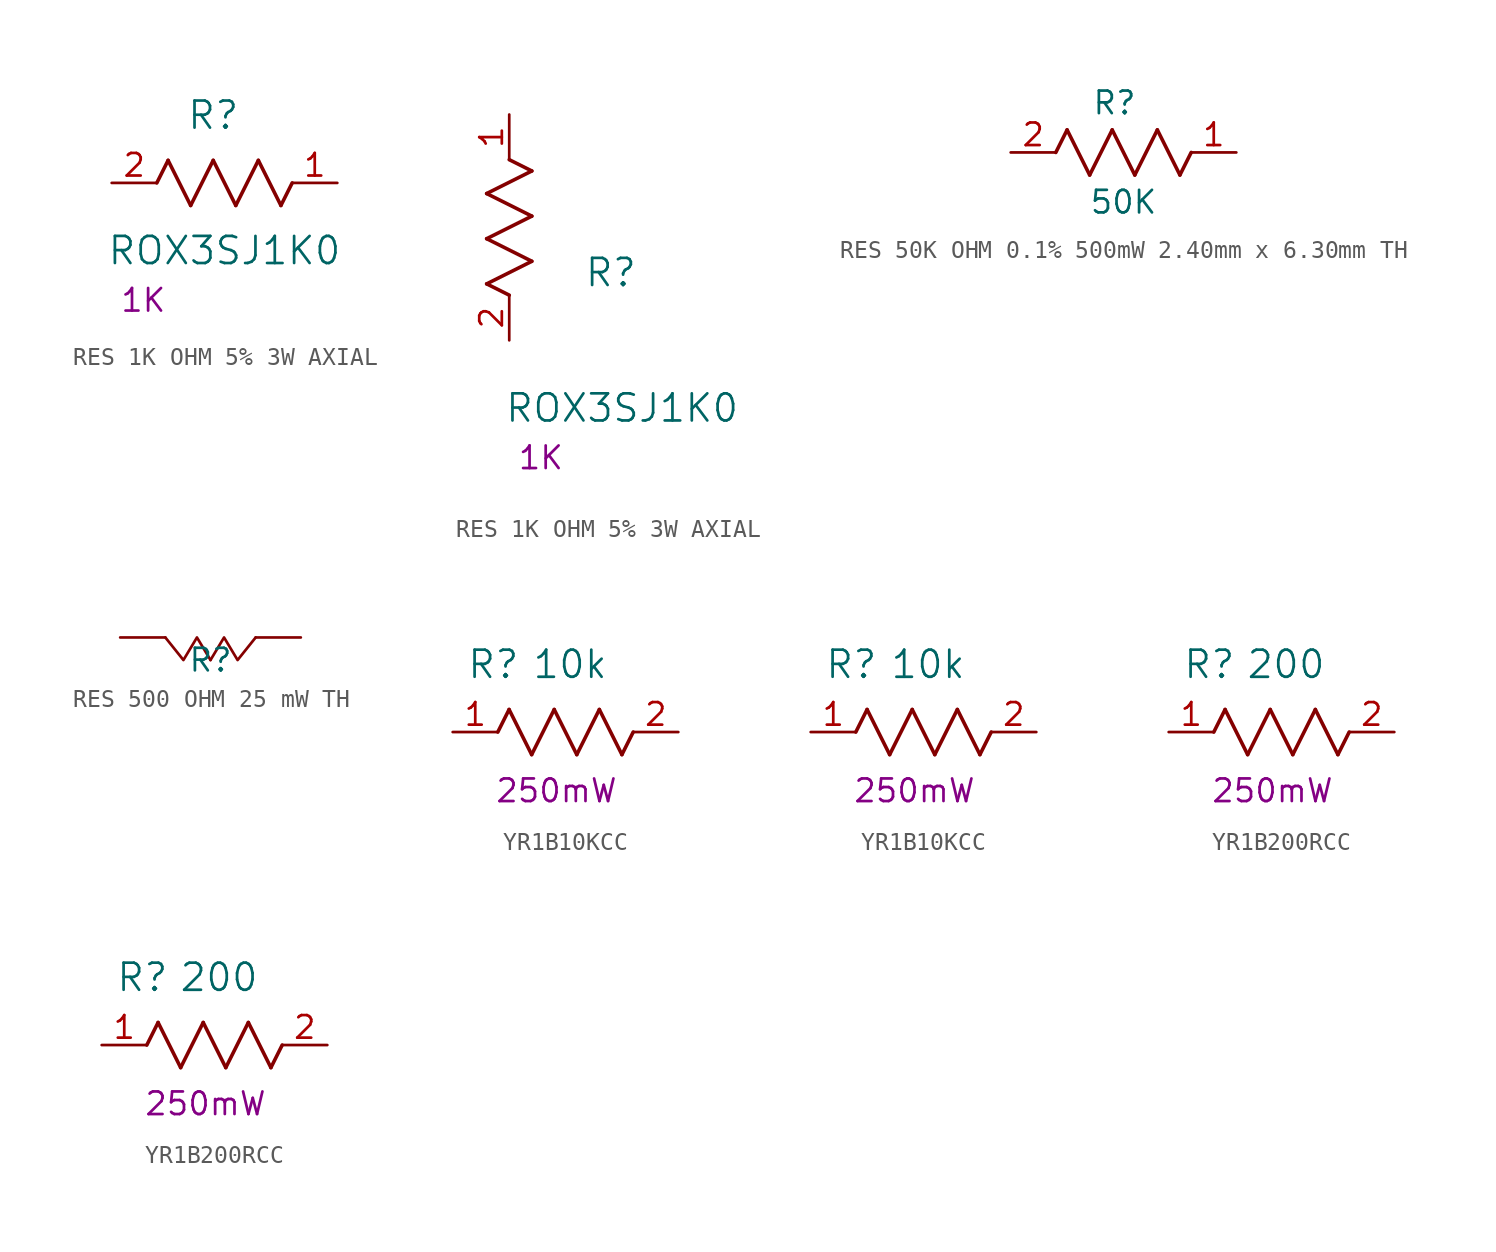
<source format=kicad_sym>
(kicad_symbol_lib
  (version 20241209)
  (generator "kicad_symbol_editor")
  (generator_version "9.0")
  (symbol "RES 1K OHM 5% 3W AXIAL"
    (pin_names
      (offset 0.254))
    (property "Reference" "R"
      (at 5.715 3.81 0)
      (effects (font (size 1.524 1.524))))
    (property "Value" "ROX3SJ1K0"
      (at 6.35 -3.81 0)
      (effects (font (size 1.524 1.524))))
    (property "Res" "1K"
      (at 1.778 -6.604 0)
      (effects (font (size 1.27 1.27))))
    (symbol "RES 1K OHM 5% 3W AXIAL_1_1"
      (polyline (pts (xy 2.54 0) (xy 3.175 1.27)) (stroke (width 0.203) (type default)) (fill (type none)))
      (polyline (pts (xy 3.175 1.27) (xy 4.445 -1.27)) (stroke (width 0.203) (type default)) (fill (type none)))
      (polyline (pts (xy 4.445 -1.27) (xy 5.715 1.27)) (stroke (width 0.203) (type default)) (fill (type none)))
      (polyline (pts (xy 5.715 1.27) (xy 6.985 -1.27)) (stroke (width 0.203) (type default)) (fill (type none)))
      (polyline (pts (xy 6.985 -1.27) (xy 8.255 1.27)) (stroke (width 0.203) (type default)) (fill (type none)))
      (polyline (pts (xy 8.255 1.27) (xy 9.525 -1.27)) (stroke (width 0.203) (type default)) (fill (type none)))
      (polyline (pts (xy 9.525 -1.27) (xy 10.16 0)) (stroke (width 0.203) (type default)) (fill (type none)))
      (pin unspecified line (at 0 0 0) (length 2.54) (name "" (effects (font (size 1.27 1.27)))) (number "2" (effects (font (size 1.27 1.27)))))
      (pin unspecified line (at 12.7 0 180) (length 2.54) (name "" (effects (font (size 1.27 1.27)))) (number "1" (effects (font (size 1.27 1.27))))))
    (symbol "RES 1K OHM 5% 3W AXIAL_1_2"
      (polyline (pts (xy -1.27 8.255) (xy 1.27 9.525)) (stroke (width 0.203) (type default)) (fill (type none)))
      (polyline (pts (xy -1.27 5.715) (xy 1.27 6.985)) (stroke (width 0.203) (type default)) (fill (type none)))
      (polyline (pts (xy -1.27 3.175) (xy 1.27 4.445)) (stroke (width 0.203) (type default)) (fill (type none)))
      (polyline (pts (xy 0 2.54) (xy -1.27 3.175)) (stroke (width 0.203) (type default)) (fill (type none)))
      (polyline (pts (xy 1.27 9.525) (xy 0 10.16)) (stroke (width 0.203) (type default)) (fill (type none)))
      (polyline (pts (xy 1.27 6.985) (xy -1.27 8.255)) (stroke (width 0.203) (type default)) (fill (type none)))
      (polyline (pts (xy 1.27 4.445) (xy -1.27 5.715)) (stroke (width 0.203) (type default)) (fill (type none)))
      (pin unspecified line (at 0 12.7 270) (length 2.54) (name "" (effects (font (size 1.27 1.27)))) (number "1" (effects (font (size 1.27 1.27)))))
      (pin unspecified line (at 0 0 90) (length 2.54) (name "" (effects (font (size 1.27 1.27)))) (number "2" (effects (font (size 1.27 1.27)))))))
  (symbol "RES 50K OHM 0.1% 500mW 2.40mm x 6.30mm TH"
    (property "Reference" "R"
      (at -0.508 2.794 0)
      (effects (font (size 1.27 1.27))))
    (property "Value" "50K"
      (at 0 -2.794 0)
      (effects (font (size 1.27 1.27))))
    (symbol "RES 50K OHM 0.1% 500mW 2.40mm x 6.30mm TH_1_1"
      (polyline (pts (xy -3.81 0) (xy -3.175 1.27)) (stroke (width 0.203) (type default)) (fill (type none)))
      (polyline (pts (xy -3.175 1.27) (xy -1.905 -1.27)) (stroke (width 0.203) (type default)) (fill (type none)))
      (polyline (pts (xy -1.905 -1.27) (xy -0.635 1.27)) (stroke (width 0.203) (type default)) (fill (type none)))
      (polyline (pts (xy -0.635 1.27) (xy 0.635 -1.27)) (stroke (width 0.203) (type default)) (fill (type none)))
      (polyline (pts (xy 0.635 -1.27) (xy 1.905 1.27)) (stroke (width 0.203) (type default)) (fill (type none)))
      (polyline (pts (xy 1.905 1.27) (xy 3.175 -1.27)) (stroke (width 0.203) (type default)) (fill (type none)))
      (polyline (pts (xy 3.175 -1.27) (xy 3.81 0)) (stroke (width 0.203) (type default)) (fill (type none)))
      (pin passive line (at -6.35 0 0) (length 2.54) (name "" (effects (font (size 1.27 1.27)))) (number "2" (effects (font (size 1.27 1.27)))))
      (pin passive line (at 6.35 0 180) (length 2.54) (name "" (effects (font (size 1.27 1.27)))) (number "1" (effects (font (size 1.27 1.27)))))))
  (symbol "RES 500 OHM 25 mW TH"
    (property "Reference" "R"
      (at 0 0 0)
      (effects (font (size 1.27 1.27))))
    (property "Value" ""
      (at 0 0 0)
      (effects (font (size 1.27 1.27))))
    (symbol "RES 500 OHM 25 mW TH_0_1"
      (polyline (pts (xy 0 0) (xy -0.762 1.27) (xy -1.524 0) (xy -2.54 1.27)) (stroke (width 0) (type default)) (fill (type none)))
      (polyline (pts (xy 0 0) (xy 0.762 1.27) (xy 1.524 0) (xy 2.54 1.27)) (stroke (width 0) (type default)) (fill (type none))))
    (symbol "RES 500 OHM 25 mW TH_1_1"
      (pin passive line (at -5.08 1.27 0) (length 2.54) (name "" (effects (font (size 1.27 1.27)))) (number "" (effects (font (size 1.27 1.27)))))
      (pin passive line (at 5.08 1.27 180) (length 2.54) (name "" (effects (font (size 1.27 1.27)))) (number "" (effects (font (size 1.27 1.27)))))))
  (symbol "YR1B10KCC"
    (pin_names
      (offset 0.254))
    (property "Reference" "R"
      (at 2.286 3.81 0)
      (effects (font (size 1.524 1.524))))
    (property "Value" "10k"
      (at 6.604 3.81 0)
      (effects (font (size 1.524 1.524))))
    (property "Power Diss" "250mW"
      (at 5.842 -3.302 0)
      (effects (font (size 1.27 1.27))))
    (symbol "YR1B10KCC_1_1"
      (polyline (pts (xy 2.54 0) (xy 3.175 1.27)) (stroke (width 0.203) (type default)) (fill (type none)))
      (polyline (pts (xy 3.175 1.27) (xy 4.445 -1.27)) (stroke (width 0.203) (type default)) (fill (type none)))
      (polyline (pts (xy 4.445 -1.27) (xy 5.715 1.27)) (stroke (width 0.203) (type default)) (fill (type none)))
      (polyline (pts (xy 5.715 1.27) (xy 6.985 -1.27)) (stroke (width 0.203) (type default)) (fill (type none)))
      (polyline (pts (xy 6.985 -1.27) (xy 8.255 1.27)) (stroke (width 0.203) (type default)) (fill (type none)))
      (polyline (pts (xy 8.255 1.27) (xy 9.525 -1.27)) (stroke (width 0.203) (type default)) (fill (type none)))
      (polyline (pts (xy 9.525 -1.27) (xy 10.16 0)) (stroke (width 0.203) (type default)) (fill (type none)))
      (pin unspecified line (at 0 0 0) (length 2.54) (name "" (effects (font (size 1.27 1.27)))) (number "1" (effects (font (size 1.27 1.27)))))
      (pin unspecified line (at 12.7 0 180) (length 2.54) (name "" (effects (font (size 1.27 1.27)))) (number "2" (effects (font (size 1.27 1.27))))))
    (symbol "YR1B10KCC_1_2"
      (polyline (pts (xy 2.54 0) (xy 3.175 1.27)) (stroke (width 0.203) (type default)) (fill (type none)))
      (polyline (pts (xy 3.175 1.27) (xy 4.445 -1.27)) (stroke (width 0.203) (type default)) (fill (type none)))
      (polyline (pts (xy 4.445 -1.27) (xy 5.715 1.27)) (stroke (width 0.203) (type default)) (fill (type none)))
      (polyline (pts (xy 5.715 1.27) (xy 6.985 -1.27)) (stroke (width 0.203) (type default)) (fill (type none)))
      (polyline (pts (xy 6.985 -1.27) (xy 8.255 1.27)) (stroke (width 0.203) (type default)) (fill (type none)))
      (polyline (pts (xy 8.255 1.27) (xy 9.525 -1.27)) (stroke (width 0.203) (type default)) (fill (type none)))
      (polyline (pts (xy 9.525 -1.27) (xy 10.16 0)) (stroke (width 0.203) (type default)) (fill (type none)))
      (pin unspecified line (at 0 0 0) (length 2.54) (name "" (effects (font (size 1.27 1.27)))) (number "1" (effects (font (size 1.27 1.27)))))
      (pin unspecified line (at 12.7 0 180) (length 2.54) (name "" (effects (font (size 1.27 1.27)))) (number "2" (effects (font (size 1.27 1.27)))))))
  (symbol "YR1B200RCC"
    (pin_names
      (offset 0.254))
    (property "Reference" "R"
      (at 2.286 3.81 0)
      (effects (font (size 1.524 1.524))))
    (property "Value" "200"
      (at 6.604 3.81 0)
      (effects (font (size 1.524 1.524))))
    (property "Power Diss" "250mW"
      (at 5.842 -3.302 0)
      (effects (font (size 1.27 1.27))))
    (symbol "YR1B200RCC_1_1"
      (polyline (pts (xy 2.54 0) (xy 3.175 1.27)) (stroke (width 0.203) (type default)) (fill (type none)))
      (polyline (pts (xy 3.175 1.27) (xy 4.445 -1.27)) (stroke (width 0.203) (type default)) (fill (type none)))
      (polyline (pts (xy 4.445 -1.27) (xy 5.715 1.27)) (stroke (width 0.203) (type default)) (fill (type none)))
      (polyline (pts (xy 5.715 1.27) (xy 6.985 -1.27)) (stroke (width 0.203) (type default)) (fill (type none)))
      (polyline (pts (xy 6.985 -1.27) (xy 8.255 1.27)) (stroke (width 0.203) (type default)) (fill (type none)))
      (polyline (pts (xy 8.255 1.27) (xy 9.525 -1.27)) (stroke (width 0.203) (type default)) (fill (type none)))
      (polyline (pts (xy 9.525 -1.27) (xy 10.16 0)) (stroke (width 0.203) (type default)) (fill (type none)))
      (pin unspecified line (at 0 0 0) (length 2.54) (name "" (effects (font (size 1.27 1.27)))) (number "1" (effects (font (size 1.27 1.27)))))
      (pin unspecified line (at 12.7 0 180) (length 2.54) (name "" (effects (font (size 1.27 1.27)))) (number "2" (effects (font (size 1.27 1.27))))))
    (symbol "YR1B200RCC_1_2"
      (polyline (pts (xy 2.54 0) (xy 3.175 1.27)) (stroke (width 0.203) (type default)) (fill (type none)))
      (polyline (pts (xy 3.175 1.27) (xy 4.445 -1.27)) (stroke (width 0.203) (type default)) (fill (type none)))
      (polyline (pts (xy 4.445 -1.27) (xy 5.715 1.27)) (stroke (width 0.203) (type default)) (fill (type none)))
      (polyline (pts (xy 5.715 1.27) (xy 6.985 -1.27)) (stroke (width 0.203) (type default)) (fill (type none)))
      (polyline (pts (xy 6.985 -1.27) (xy 8.255 1.27)) (stroke (width 0.203) (type default)) (fill (type none)))
      (polyline (pts (xy 8.255 1.27) (xy 9.525 -1.27)) (stroke (width 0.203) (type default)) (fill (type none)))
      (polyline (pts (xy 9.525 -1.27) (xy 10.16 0)) (stroke (width 0.203) (type default)) (fill (type none)))
      (pin unspecified line (at 0 0 0) (length 2.54) (name "" (effects (font (size 1.27 1.27)))) (number "1" (effects (font (size 1.27 1.27)))))
      (pin unspecified line (at 12.7 0 180) (length 2.54) (name "" (effects (font (size 1.27 1.27)))) (number "2" (effects (font (size 1.27 1.27))))))))
</source>
